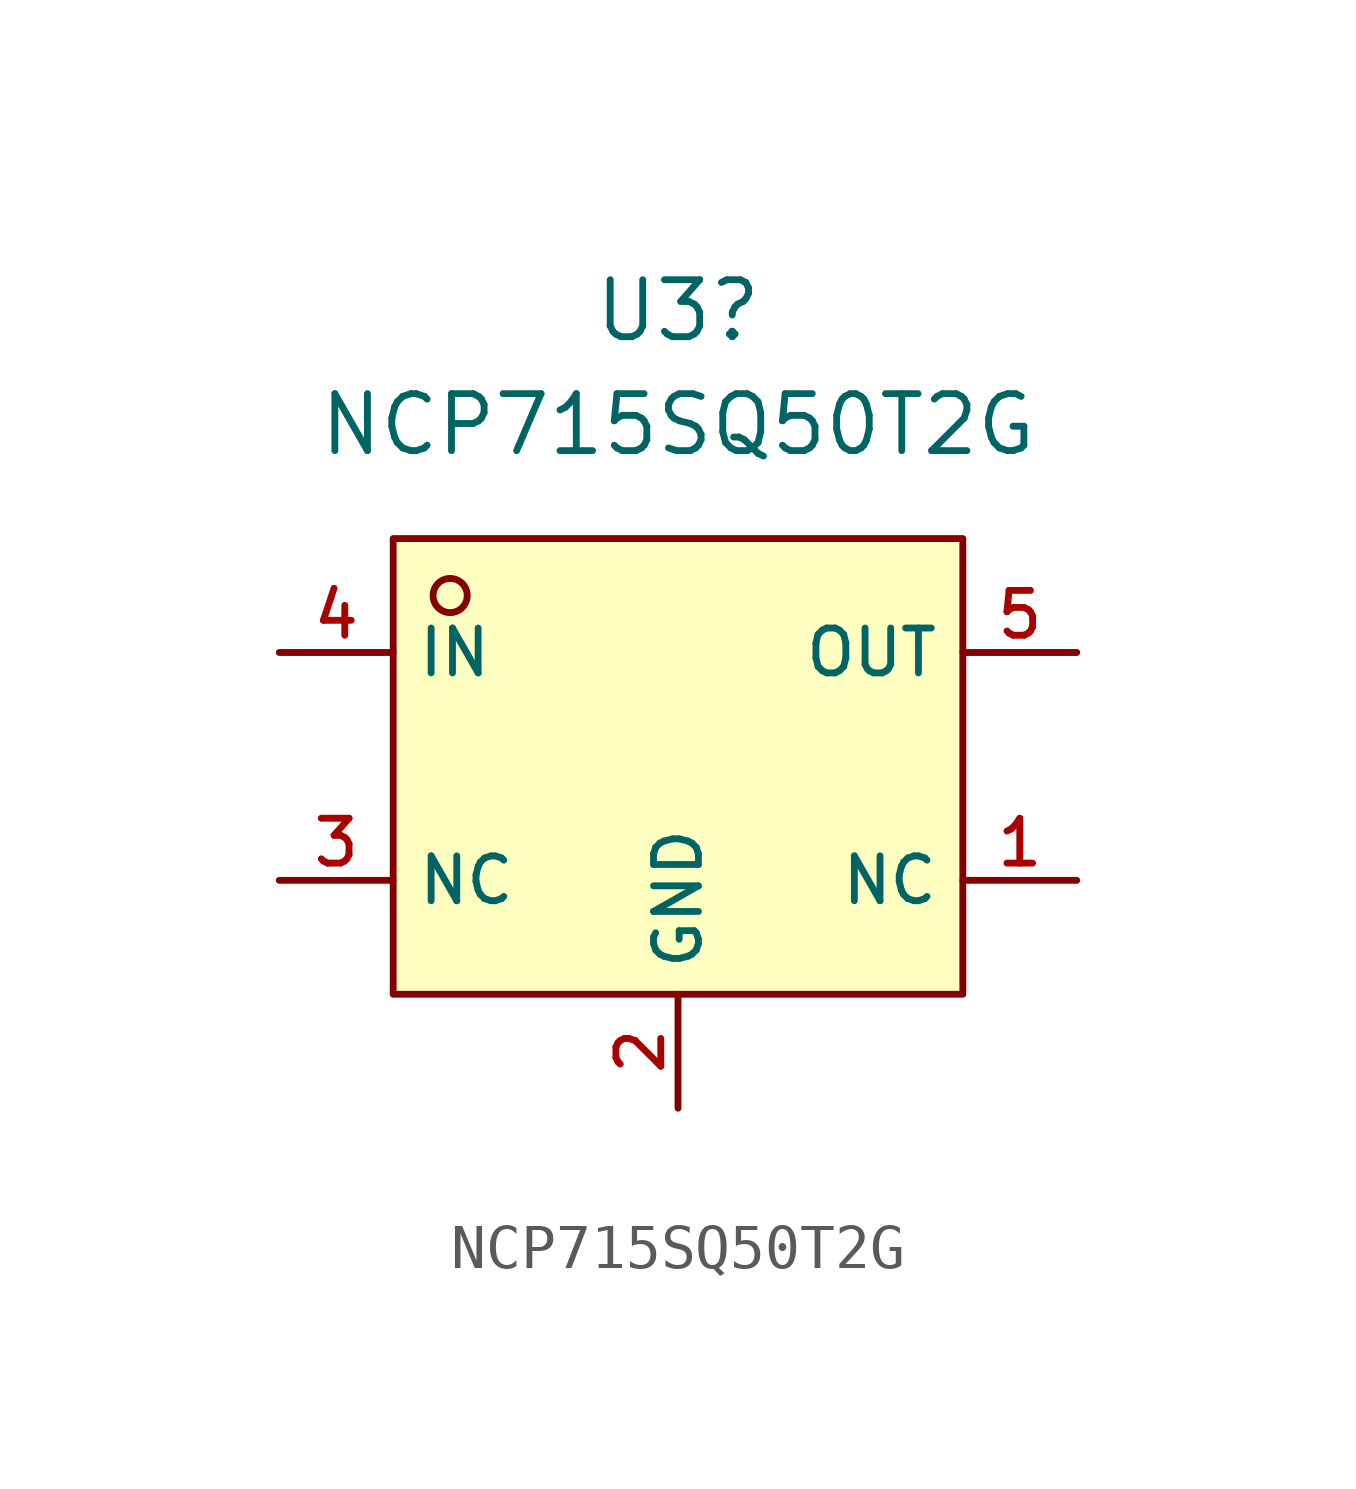
<source format=kicad_sym>
(kicad_symbol_lib
  (version 20241209)
  (generator "kicad_symbol_editor")
  (generator_version "9.0")
  (symbol "NCP715SQ50T2G"
    (property "Reference" "U3"
      (at -1.27 10.16 0)
      (effects (font (size 1.27 1.27))))
    (property "Value" "NCP715SQ50T2G"
      (at -1.27 7.62 0)
      (effects (font (size 1.27 1.27))))
    (symbol "NCP715SQ50T2G_0_1"
      (rectangle (start -7.62 5.08) (end 5.08 -5.08) (stroke (width 0) (type default)) (fill (type background)))
      (circle (center -6.35 3.81) (radius 0.381) (stroke (width 0) (type default)) (fill (type background)))
      (pin unspecified line (at -10.16 2.54 0) (length 2.54) (name "IN" (effects (font (size 1 1)))) (number "4" (effects (font (size 1 1)))))
      (pin unspecified line (at -10.16 -2.54 0) (length 2.54) (name "NC" (effects (font (size 1 1)))) (number "3" (effects (font (size 1 1)))))
      (pin unspecified line (at -1.27 -7.62 90) (length 2.54) (name "GND" (effects (font (size 1 1)))) (number "2" (effects (font (size 1 1)))))
      (pin unspecified line (at 7.62 2.54 180) (length 2.54) (name "OUT" (effects (font (size 1 1)))) (number "5" (effects (font (size 1 1)))))
      (pin unspecified line (at 7.62 -2.54 180) (length 2.54) (name "NC" (effects (font (size 1 1)))) (number "1" (effects (font (size 1 1))))))))
</source>
